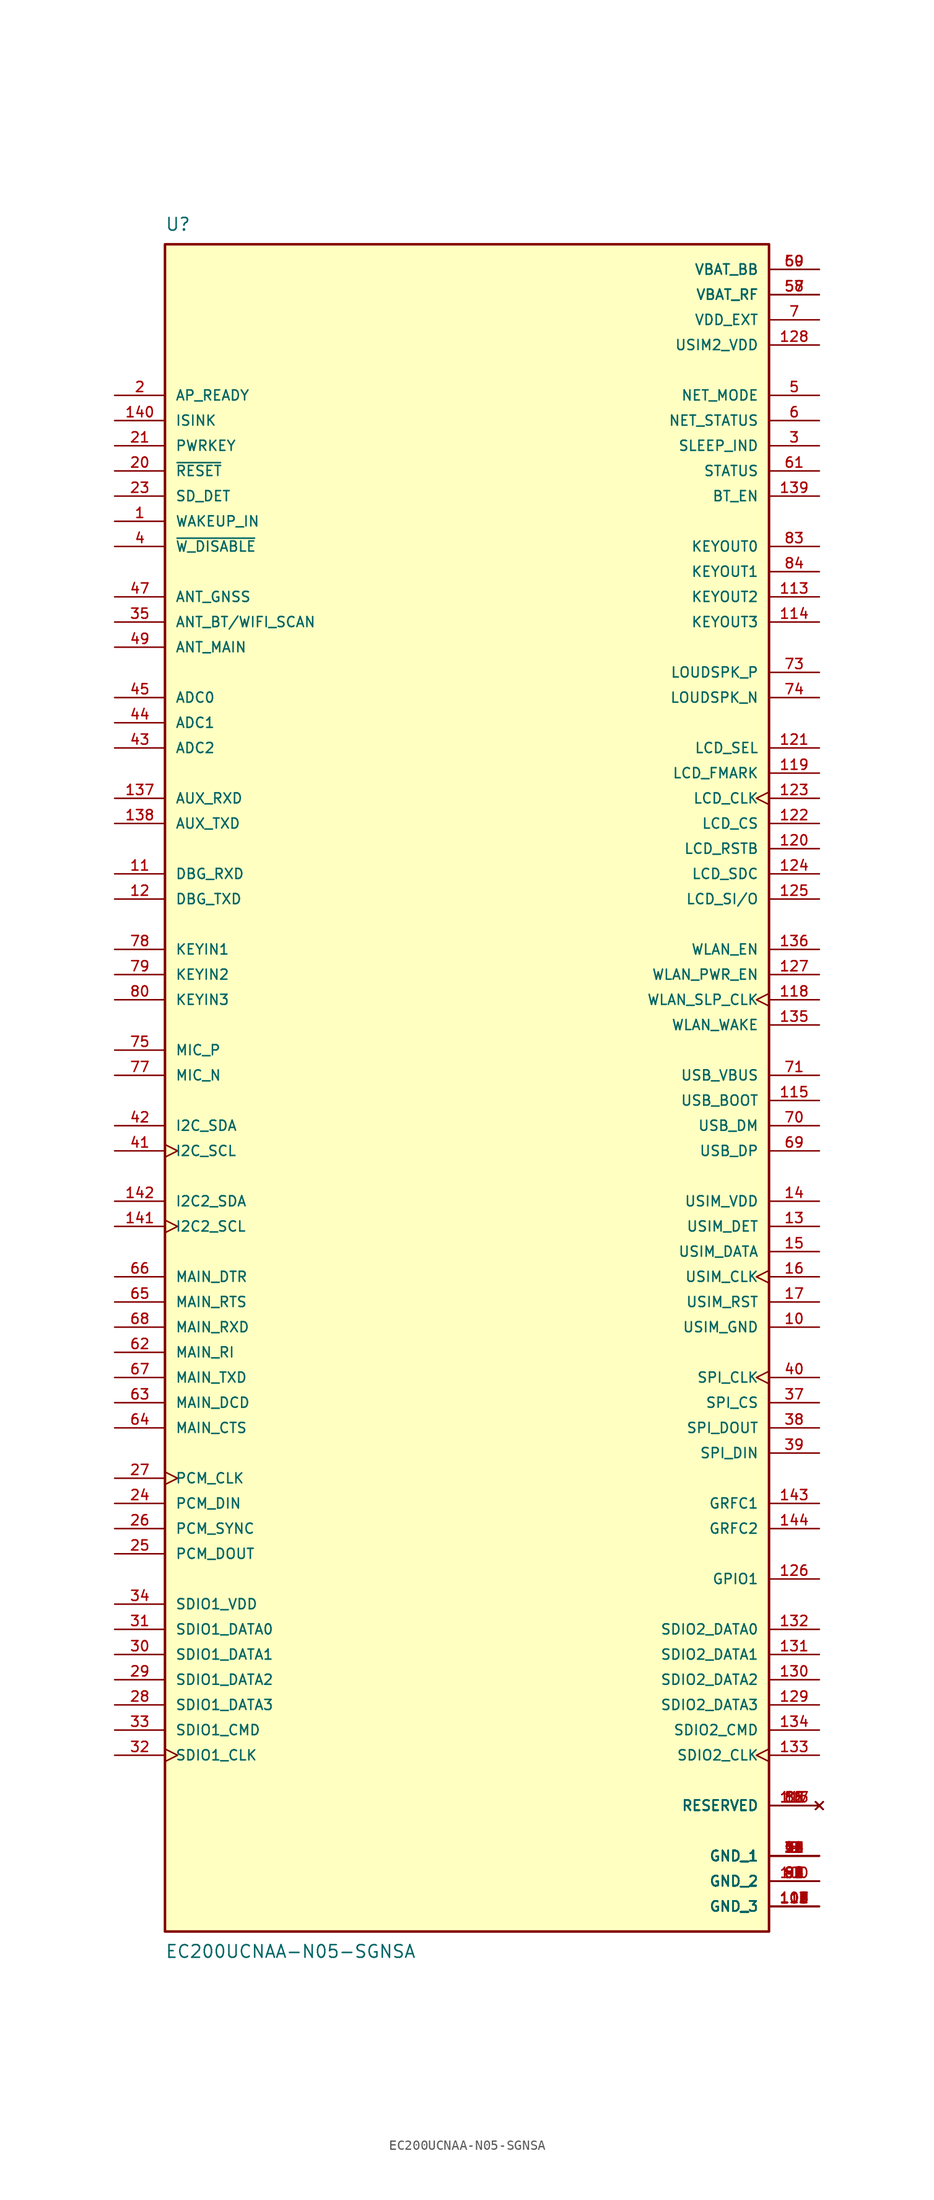
<source format=kicad_sym>
(kicad_symbol_lib
  (version 20211014)
  (generator kicad_symbol_editor)
  (symbol "EC200UCNAA-N05-SGNSA"
    (pin_names
      (offset 1.016))
    (property "Reference" "U"
      (at -30.48 87.63 0)
      (effects (font (size 1.27 1.27)) (justify bottom left)))
    (property "Value" "EC200UCNAA-N05-SGNSA"
      (at -30.48 -85.09 0)
      (effects (font (size 1.27 1.27)) (justify top left)))
    (symbol "EC200UCNAA-N05-SGNSA_0_0"
      (rectangle (start -30.48 -83.82) (end 30.48 86.36) (stroke (width 0.254)) (fill (type background)))
      (pin input line (at -35.56 63.5 0) (length 5.08) (name "~{RESET}" (effects (font (size 1.016 1.016)))) (number "20" (effects (font (size 1.016 1.016)))))
      (pin input line (at -35.56 55.88 0) (length 5.08) (name "~{W_DISABLE}" (effects (font (size 1.016 1.016)))) (number "4" (effects (font (size 1.016 1.016)))))
      (pin input line (at -35.56 40.64 0) (length 5.08) (name "ADC0" (effects (font (size 1.016 1.016)))) (number "45" (effects (font (size 1.016 1.016)))))
      (pin input line (at -35.56 38.1 0) (length 5.08) (name "ADC1" (effects (font (size 1.016 1.016)))) (number "44" (effects (font (size 1.016 1.016)))))
      (pin input line (at -35.56 35.56 0) (length 5.08) (name "ADC2" (effects (font (size 1.016 1.016)))) (number "43" (effects (font (size 1.016 1.016)))))
      (pin input line (at -35.56 50.8 0) (length 5.08) (name "ANT_GNSS" (effects (font (size 1.016 1.016)))) (number "47" (effects (font (size 1.016 1.016)))))
      (pin input line (at -35.56 71.12 0) (length 5.08) (name "AP_READY" (effects (font (size 1.016 1.016)))) (number "2" (effects (font (size 1.016 1.016)))))
      (pin input line (at -35.56 30.48 0) (length 5.08) (name "AUX_RXD" (effects (font (size 1.016 1.016)))) (number "137" (effects (font (size 1.016 1.016)))))
      (pin input line (at -35.56 22.86 0) (length 5.08) (name "DBG_RXD" (effects (font (size 1.016 1.016)))) (number "11" (effects (font (size 1.016 1.016)))))
      (pin input line (at -35.56 68.58 0) (length 5.08) (name "ISINK" (effects (font (size 1.016 1.016)))) (number "140" (effects (font (size 1.016 1.016)))))
      (pin input line (at -35.56 15.24 0) (length 5.08) (name "KEYIN1" (effects (font (size 1.016 1.016)))) (number "78" (effects (font (size 1.016 1.016)))))
      (pin input line (at -35.56 12.7 0) (length 5.08) (name "KEYIN2" (effects (font (size 1.016 1.016)))) (number "79" (effects (font (size 1.016 1.016)))))
      (pin input line (at -35.56 10.16 0) (length 5.08) (name "KEYIN3" (effects (font (size 1.016 1.016)))) (number "80" (effects (font (size 1.016 1.016)))))
      (pin input line (at 35.56 33.02 180.0) (length 5.08) (name "LCD_FMARK" (effects (font (size 1.016 1.016)))) (number "119" (effects (font (size 1.016 1.016)))))
      (pin input line (at 35.56 35.56 180.0) (length 5.08) (name "LCD_SEL" (effects (font (size 1.016 1.016)))) (number "121" (effects (font (size 1.016 1.016)))))
      (pin input line (at -35.56 -17.78 0) (length 5.08) (name "MAIN_DTR" (effects (font (size 1.016 1.016)))) (number "66" (effects (font (size 1.016 1.016)))))
      (pin input line (at -35.56 -20.32 0) (length 5.08) (name "MAIN_RTS" (effects (font (size 1.016 1.016)))) (number "65" (effects (font (size 1.016 1.016)))))
      (pin input line (at -35.56 -22.86 0) (length 5.08) (name "MAIN_RXD" (effects (font (size 1.016 1.016)))) (number "68" (effects (font (size 1.016 1.016)))))
      (pin input line (at -35.56 2.54 0) (length 5.08) (name "MIC_N" (effects (font (size 1.016 1.016)))) (number "77" (effects (font (size 1.016 1.016)))))
      (pin input line (at -35.56 5.08 0) (length 5.08) (name "MIC_P" (effects (font (size 1.016 1.016)))) (number "75" (effects (font (size 1.016 1.016)))))
      (pin input clock (at -35.56 -38.1 0) (length 5.08) (name "PCM_CLK" (effects (font (size 1.016 1.016)))) (number "27" (effects (font (size 1.016 1.016)))))
      (pin input line (at -35.56 -40.64 0) (length 5.08) (name "PCM_DIN" (effects (font (size 1.016 1.016)))) (number "24" (effects (font (size 1.016 1.016)))))
      (pin input line (at -35.56 -43.18 0) (length 5.08) (name "PCM_SYNC" (effects (font (size 1.016 1.016)))) (number "26" (effects (font (size 1.016 1.016)))))
      (pin input line (at -35.56 66.04 0) (length 5.08) (name "PWRKEY" (effects (font (size 1.016 1.016)))) (number "21" (effects (font (size 1.016 1.016)))))
      (pin input line (at -35.56 60.96 0) (length 5.08) (name "SD_DET" (effects (font (size 1.016 1.016)))) (number "23" (effects (font (size 1.016 1.016)))))
      (pin input line (at 35.56 -35.56 180.0) (length 5.08) (name "SPI_DIN" (effects (font (size 1.016 1.016)))) (number "39" (effects (font (size 1.016 1.016)))))
      (pin input line (at 35.56 0.0 180.0) (length 5.08) (name "USB_BOOT" (effects (font (size 1.016 1.016)))) (number "115" (effects (font (size 1.016 1.016)))))
      (pin input line (at 35.56 -12.7 180.0) (length 5.08) (name "USIM_DET" (effects (font (size 1.016 1.016)))) (number "13" (effects (font (size 1.016 1.016)))))
      (pin input line (at -35.56 58.42 0) (length 5.08) (name "WAKEUP_IN" (effects (font (size 1.016 1.016)))) (number "1" (effects (font (size 1.016 1.016)))))
      (pin input line (at 35.56 7.62 180.0) (length 5.08) (name "WLAN_WAKE" (effects (font (size 1.016 1.016)))) (number "135" (effects (font (size 1.016 1.016)))))
      (pin bidirectional line (at -35.56 48.26 0) (length 5.08) (name "ANT_BT/WIFI_SCAN" (effects (font (size 1.016 1.016)))) (number "35" (effects (font (size 1.016 1.016)))))
      (pin bidirectional line (at -35.56 45.72 0) (length 5.08) (name "ANT_MAIN" (effects (font (size 1.016 1.016)))) (number "49" (effects (font (size 1.016 1.016)))))
      (pin bidirectional line (at 35.56 -48.26 180.0) (length 5.08) (name "GPIO1" (effects (font (size 1.016 1.016)))) (number "126" (effects (font (size 1.016 1.016)))))
      (pin bidirectional line (at -35.56 -2.54 0) (length 5.08) (name "I2C_SDA" (effects (font (size 1.016 1.016)))) (number "42" (effects (font (size 1.016 1.016)))))
      (pin bidirectional line (at 35.56 20.32 180.0) (length 5.08) (name "LCD_SI/O" (effects (font (size 1.016 1.016)))) (number "125" (effects (font (size 1.016 1.016)))))
      (pin bidirectional line (at -35.56 -63.5 0) (length 5.08) (name "SDIO1_CMD" (effects (font (size 1.016 1.016)))) (number "33" (effects (font (size 1.016 1.016)))))
      (pin bidirectional line (at -35.56 -53.34 0) (length 5.08) (name "SDIO1_DATA0" (effects (font (size 1.016 1.016)))) (number "31" (effects (font (size 1.016 1.016)))))
      (pin bidirectional line (at -35.56 -55.88 0) (length 5.08) (name "SDIO1_DATA1" (effects (font (size 1.016 1.016)))) (number "30" (effects (font (size 1.016 1.016)))))
      (pin bidirectional line (at -35.56 -58.42 0) (length 5.08) (name "SDIO1_DATA2" (effects (font (size 1.016 1.016)))) (number "29" (effects (font (size 1.016 1.016)))))
      (pin no_connect line (at 35.56 -71.12 180.0) (length 5.08) (name "RESERVED" (effects (font (size 1.016 1.016)))) (number "18" (effects (font (size 1.016 1.016)))))
      (pin no_connect line (at 35.56 -71.12 180.0) (length 5.08) (name "RESERVED" (effects (font (size 1.016 1.016)))) (number "55" (effects (font (size 1.016 1.016)))))
      (pin no_connect line (at 35.56 -71.12 180.0) (length 5.08) (name "RESERVED" (effects (font (size 1.016 1.016)))) (number "81" (effects (font (size 1.016 1.016)))))
      (pin no_connect line (at 35.56 -71.12 180.0) (length 5.08) (name "RESERVED" (effects (font (size 1.016 1.016)))) (number "82" (effects (font (size 1.016 1.016)))))
      (pin no_connect line (at 35.56 -71.12 180.0) (length 5.08) (name "RESERVED" (effects (font (size 1.016 1.016)))) (number "116" (effects (font (size 1.016 1.016)))))
      (pin no_connect line (at 35.56 -71.12 180.0) (length 5.08) (name "RESERVED" (effects (font (size 1.016 1.016)))) (number "117" (effects (font (size 1.016 1.016)))))
      (pin output line (at -35.56 27.94 0) (length 5.08) (name "AUX_TXD" (effects (font (size 1.016 1.016)))) (number "138" (effects (font (size 1.016 1.016)))))
      (pin output line (at 35.56 60.96 180.0) (length 5.08) (name "BT_EN" (effects (font (size 1.016 1.016)))) (number "139" (effects (font (size 1.016 1.016)))))
      (pin output line (at -35.56 20.32 0) (length 5.08) (name "DBG_TXD" (effects (font (size 1.016 1.016)))) (number "12" (effects (font (size 1.016 1.016)))))
      (pin output line (at 35.56 -40.64 180.0) (length 5.08) (name "GRFC1" (effects (font (size 1.016 1.016)))) (number "143" (effects (font (size 1.016 1.016)))))
      (pin output line (at 35.56 -43.18 180.0) (length 5.08) (name "GRFC2" (effects (font (size 1.016 1.016)))) (number "144" (effects (font (size 1.016 1.016)))))
      (pin output clock (at -35.56 -5.08 0) (length 5.08) (name "I2C_SCL" (effects (font (size 1.016 1.016)))) (number "41" (effects (font (size 1.016 1.016)))))
      (pin output clock (at -35.56 -12.7 0) (length 5.08) (name "I2C2_SCL" (effects (font (size 1.016 1.016)))) (number "141" (effects (font (size 1.016 1.016)))))
      (pin bidirectional line (at -35.56 -10.16 0) (length 5.08) (name "I2C2_SDA" (effects (font (size 1.016 1.016)))) (number "142" (effects (font (size 1.016 1.016)))))
      (pin output line (at 35.56 55.88 180.0) (length 5.08) (name "KEYOUT0" (effects (font (size 1.016 1.016)))) (number "83" (effects (font (size 1.016 1.016)))))
      (pin output line (at 35.56 53.34 180.0) (length 5.08) (name "KEYOUT1" (effects (font (size 1.016 1.016)))) (number "84" (effects (font (size 1.016 1.016)))))
      (pin output line (at 35.56 50.8 180.0) (length 5.08) (name "KEYOUT2" (effects (font (size 1.016 1.016)))) (number "113" (effects (font (size 1.016 1.016)))))
      (pin output line (at 35.56 48.26 180.0) (length 5.08) (name "KEYOUT3" (effects (font (size 1.016 1.016)))) (number "114" (effects (font (size 1.016 1.016)))))
      (pin output clock (at 35.56 30.48 180.0) (length 5.08) (name "LCD_CLK" (effects (font (size 1.016 1.016)))) (number "123" (effects (font (size 1.016 1.016)))))
      (pin output line (at 35.56 27.94 180.0) (length 5.08) (name "LCD_CS" (effects (font (size 1.016 1.016)))) (number "122" (effects (font (size 1.016 1.016)))))
      (pin output line (at 35.56 25.4 180.0) (length 5.08) (name "LCD_RSTB" (effects (font (size 1.016 1.016)))) (number "120" (effects (font (size 1.016 1.016)))))
      (pin output line (at 35.56 22.86 180.0) (length 5.08) (name "LCD_SDC" (effects (font (size 1.016 1.016)))) (number "124" (effects (font (size 1.016 1.016)))))
      (pin output line (at 35.56 40.64 180.0) (length 5.08) (name "LOUDSPK_N" (effects (font (size 1.016 1.016)))) (number "74" (effects (font (size 1.016 1.016)))))
      (pin output line (at 35.56 43.18 180.0) (length 5.08) (name "LOUDSPK_P" (effects (font (size 1.016 1.016)))) (number "73" (effects (font (size 1.016 1.016)))))
      (pin output line (at -35.56 -33.02 0) (length 5.08) (name "MAIN_CTS" (effects (font (size 1.016 1.016)))) (number "64" (effects (font (size 1.016 1.016)))))
      (pin output line (at -35.56 -30.48 0) (length 5.08) (name "MAIN_DCD" (effects (font (size 1.016 1.016)))) (number "63" (effects (font (size 1.016 1.016)))))
      (pin output line (at -35.56 -25.4 0) (length 5.08) (name "MAIN_RI" (effects (font (size 1.016 1.016)))) (number "62" (effects (font (size 1.016 1.016)))))
      (pin output line (at -35.56 -27.94 0) (length 5.08) (name "MAIN_TXD" (effects (font (size 1.016 1.016)))) (number "67" (effects (font (size 1.016 1.016)))))
      (pin output line (at 35.56 71.12 180.0) (length 5.08) (name "NET_MODE" (effects (font (size 1.016 1.016)))) (number "5" (effects (font (size 1.016 1.016)))))
      (pin output line (at 35.56 68.58 180.0) (length 5.08) (name "NET_STATUS" (effects (font (size 1.016 1.016)))) (number "6" (effects (font (size 1.016 1.016)))))
      (pin output line (at -35.56 -45.72 0) (length 5.08) (name "PCM_DOUT" (effects (font (size 1.016 1.016)))) (number "25" (effects (font (size 1.016 1.016)))))
      (pin output clock (at -35.56 -66.04 0) (length 5.08) (name "SDIO1_CLK" (effects (font (size 1.016 1.016)))) (number "32" (effects (font (size 1.016 1.016)))))
      (pin output clock (at 35.56 -66.04 180.0) (length 5.08) (name "SDIO2_CLK" (effects (font (size 1.016 1.016)))) (number "133" (effects (font (size 1.016 1.016)))))
      (pin output line (at 35.56 -63.5 180.0) (length 5.08) (name "SDIO2_CMD" (effects (font (size 1.016 1.016)))) (number "134" (effects (font (size 1.016 1.016)))))
      (pin output line (at 35.56 66.04 180.0) (length 5.08) (name "SLEEP_IND" (effects (font (size 1.016 1.016)))) (number "3" (effects (font (size 1.016 1.016)))))
      (pin output clock (at 35.56 -27.94 180.0) (length 5.08) (name "SPI_CLK" (effects (font (size 1.016 1.016)))) (number "40" (effects (font (size 1.016 1.016)))))
      (pin output line (at 35.56 -30.48 180.0) (length 5.08) (name "SPI_CS" (effects (font (size 1.016 1.016)))) (number "37" (effects (font (size 1.016 1.016)))))
      (pin output line (at 35.56 -33.02 180.0) (length 5.08) (name "SPI_DOUT" (effects (font (size 1.016 1.016)))) (number "38" (effects (font (size 1.016 1.016)))))
      (pin output line (at 35.56 63.5 180.0) (length 5.08) (name "STATUS" (effects (font (size 1.016 1.016)))) (number "61" (effects (font (size 1.016 1.016)))))
      (pin output clock (at 35.56 -17.78 180.0) (length 5.08) (name "USIM_CLK" (effects (font (size 1.016 1.016)))) (number "16" (effects (font (size 1.016 1.016)))))
      (pin output line (at 35.56 -20.32 180.0) (length 5.08) (name "USIM_RST" (effects (font (size 1.016 1.016)))) (number "17" (effects (font (size 1.016 1.016)))))
      (pin output line (at 35.56 15.24 180.0) (length 5.08) (name "WLAN_EN" (effects (font (size 1.016 1.016)))) (number "136" (effects (font (size 1.016 1.016)))))
      (pin output line (at 35.56 12.7 180.0) (length 5.08) (name "WLAN_PWR_EN" (effects (font (size 1.016 1.016)))) (number "127" (effects (font (size 1.016 1.016)))))
      (pin output clock (at 35.56 10.16 180.0) (length 5.08) (name "WLAN_SLP_CLK" (effects (font (size 1.016 1.016)))) (number "118" (effects (font (size 1.016 1.016)))))
      (pin bidirectional line (at -35.56 -60.96 0) (length 5.08) (name "SDIO1_DATA3" (effects (font (size 1.016 1.016)))) (number "28" (effects (font (size 1.016 1.016)))))
      (pin bidirectional line (at 35.56 -53.34 180.0) (length 5.08) (name "SDIO2_DATA0" (effects (font (size 1.016 1.016)))) (number "132" (effects (font (size 1.016 1.016)))))
      (pin bidirectional line (at 35.56 -55.88 180.0) (length 5.08) (name "SDIO2_DATA1" (effects (font (size 1.016 1.016)))) (number "131" (effects (font (size 1.016 1.016)))))
      (pin bidirectional line (at 35.56 -58.42 180.0) (length 5.08) (name "SDIO2_DATA2" (effects (font (size 1.016 1.016)))) (number "130" (effects (font (size 1.016 1.016)))))
      (pin bidirectional line (at 35.56 -60.96 180.0) (length 5.08) (name "SDIO2_DATA3" (effects (font (size 1.016 1.016)))) (number "129" (effects (font (size 1.016 1.016)))))
      (pin bidirectional line (at 35.56 -2.54 180.0) (length 5.08) (name "USB_DM" (effects (font (size 1.016 1.016)))) (number "70" (effects (font (size 1.016 1.016)))))
      (pin bidirectional line (at 35.56 -5.08 180.0) (length 5.08) (name "USB_DP" (effects (font (size 1.016 1.016)))) (number "69" (effects (font (size 1.016 1.016)))))
      (pin bidirectional line (at 35.56 -15.24 180.0) (length 5.08) (name "USIM_DATA" (effects (font (size 1.016 1.016)))) (number "15" (effects (font (size 1.016 1.016)))))
      (pin power_in line (at -35.56 -50.8 0) (length 5.08) (name "SDIO1_VDD" (effects (font (size 1.016 1.016)))) (number "34" (effects (font (size 1.016 1.016)))))
      (pin power_in line (at 35.56 2.54 180.0) (length 5.08) (name "USB_VBUS" (effects (font (size 1.016 1.016)))) (number "71" (effects (font (size 1.016 1.016)))))
      (pin power_in line (at 35.56 -10.16 180.0) (length 5.08) (name "USIM_VDD" (effects (font (size 1.016 1.016)))) (number "14" (effects (font (size 1.016 1.016)))))
      (pin power_in line (at 35.56 76.2 180.0) (length 5.08) (name "USIM2_VDD" (effects (font (size 1.016 1.016)))) (number "128" (effects (font (size 1.016 1.016)))))
      (pin power_in line (at 35.56 83.82 180.0) (length 5.08) (name "VBAT_BB" (effects (font (size 1.016 1.016)))) (number "59" (effects (font (size 1.016 1.016)))))
      (pin power_in line (at 35.56 83.82 180.0) (length 5.08) (name "VBAT_BB" (effects (font (size 1.016 1.016)))) (number "60" (effects (font (size 1.016 1.016)))))
      (pin power_in line (at 35.56 81.28 180.0) (length 5.08) (name "VBAT_RF" (effects (font (size 1.016 1.016)))) (number "57" (effects (font (size 1.016 1.016)))))
      (pin power_in line (at 35.56 81.28 180.0) (length 5.08) (name "VBAT_RF" (effects (font (size 1.016 1.016)))) (number "58" (effects (font (size 1.016 1.016)))))
      (pin power_in line (at 35.56 78.74 180.0) (length 5.08) (name "VDD_EXT" (effects (font (size 1.016 1.016)))) (number "7" (effects (font (size 1.016 1.016)))))
      (pin power_in line (at 35.56 -81.28 180.0) (length 5.08) (name "GND_3" (effects (font (size 1.016 1.016)))) (number "101" (effects (font (size 1.016 1.016)))))
      (pin power_in line (at 35.56 -81.28 180.0) (length 5.08) (name "GND_3" (effects (font (size 1.016 1.016)))) (number "102" (effects (font (size 1.016 1.016)))))
      (pin power_in line (at 35.56 -81.28 180.0) (length 5.08) (name "GND_3" (effects (font (size 1.016 1.016)))) (number "103" (effects (font (size 1.016 1.016)))))
      (pin power_in line (at 35.56 -81.28 180.0) (length 5.08) (name "GND_3" (effects (font (size 1.016 1.016)))) (number "104" (effects (font (size 1.016 1.016)))))
      (pin power_in line (at 35.56 -81.28 180.0) (length 5.08) (name "GND_3" (effects (font (size 1.016 1.016)))) (number "105" (effects (font (size 1.016 1.016)))))
      (pin power_in line (at 35.56 -81.28 180.0) (length 5.08) (name "GND_3" (effects (font (size 1.016 1.016)))) (number "106" (effects (font (size 1.016 1.016)))))
      (pin power_in line (at 35.56 -81.28 180.0) (length 5.08) (name "GND_3" (effects (font (size 1.016 1.016)))) (number "107" (effects (font (size 1.016 1.016)))))
      (pin power_in line (at 35.56 -81.28 180.0) (length 5.08) (name "GND_3" (effects (font (size 1.016 1.016)))) (number "108" (effects (font (size 1.016 1.016)))))
      (pin power_in line (at 35.56 -81.28 180.0) (length 5.08) (name "GND_3" (effects (font (size 1.016 1.016)))) (number "109" (effects (font (size 1.016 1.016)))))
      (pin power_in line (at 35.56 -81.28 180.0) (length 5.08) (name "GND_3" (effects (font (size 1.016 1.016)))) (number "110" (effects (font (size 1.016 1.016)))))
      (pin power_in line (at 35.56 -81.28 180.0) (length 5.08) (name "GND_3" (effects (font (size 1.016 1.016)))) (number "111" (effects (font (size 1.016 1.016)))))
      (pin power_in line (at 35.56 -81.28 180.0) (length 5.08) (name "GND_3" (effects (font (size 1.016 1.016)))) (number "112" (effects (font (size 1.016 1.016)))))
      (pin power_in line (at 35.56 -22.86 180.0) (length 5.08) (name "USIM_GND" (effects (font (size 1.016 1.016)))) (number "10" (effects (font (size 1.016 1.016)))))
      (pin power_in line (at 35.56 -76.2 180.0) (length 5.08) (name "GND_1" (effects (font (size 1.016 1.016)))) (number "8" (effects (font (size 1.016 1.016)))))
      (pin power_in line (at 35.56 -76.2 180.0) (length 5.08) (name "GND_1" (effects (font (size 1.016 1.016)))) (number "9" (effects (font (size 1.016 1.016)))))
      (pin power_in line (at 35.56 -76.2 180.0) (length 5.08) (name "GND_1" (effects (font (size 1.016 1.016)))) (number "19" (effects (font (size 1.016 1.016)))))
      (pin power_in line (at 35.56 -76.2 180.0) (length 5.08) (name "GND_1" (effects (font (size 1.016 1.016)))) (number "22" (effects (font (size 1.016 1.016)))))
      (pin power_in line (at 35.56 -76.2 180.0) (length 5.08) (name "GND_1" (effects (font (size 1.016 1.016)))) (number "36" (effects (font (size 1.016 1.016)))))
      (pin power_in line (at 35.56 -76.2 180.0) (length 5.08) (name "GND_1" (effects (font (size 1.016 1.016)))) (number "46" (effects (font (size 1.016 1.016)))))
      (pin power_in line (at 35.56 -76.2 180.0) (length 5.08) (name "GND_1" (effects (font (size 1.016 1.016)))) (number "48" (effects (font (size 1.016 1.016)))))
      (pin power_in line (at 35.56 -76.2 180.0) (length 5.08) (name "GND_1" (effects (font (size 1.016 1.016)))) (number "50" (effects (font (size 1.016 1.016)))))
      (pin power_in line (at 35.56 -76.2 180.0) (length 5.08) (name "GND_1" (effects (font (size 1.016 1.016)))) (number "51" (effects (font (size 1.016 1.016)))))
      (pin power_in line (at 35.56 -76.2 180.0) (length 5.08) (name "GND_1" (effects (font (size 1.016 1.016)))) (number "52" (effects (font (size 1.016 1.016)))))
      (pin power_in line (at 35.56 -76.2 180.0) (length 5.08) (name "GND_1" (effects (font (size 1.016 1.016)))) (number "53" (effects (font (size 1.016 1.016)))))
      (pin power_in line (at 35.56 -76.2 180.0) (length 5.08) (name "GND_1" (effects (font (size 1.016 1.016)))) (number "54" (effects (font (size 1.016 1.016)))))
      (pin power_in line (at 35.56 -76.2 180.0) (length 5.08) (name "GND_1" (effects (font (size 1.016 1.016)))) (number "56" (effects (font (size 1.016 1.016)))))
      (pin power_in line (at 35.56 -76.2 180.0) (length 5.08) (name "GND_1" (effects (font (size 1.016 1.016)))) (number "72" (effects (font (size 1.016 1.016)))))
      (pin power_in line (at 35.56 -76.2 180.0) (length 5.08) (name "GND_1" (effects (font (size 1.016 1.016)))) (number "76" (effects (font (size 1.016 1.016)))))
      (pin power_in line (at 35.56 -78.74 180.0) (length 5.08) (name "GND_2" (effects (font (size 1.016 1.016)))) (number "85" (effects (font (size 1.016 1.016)))))
      (pin power_in line (at 35.56 -78.74 180.0) (length 5.08) (name "GND_2" (effects (font (size 1.016 1.016)))) (number "86" (effects (font (size 1.016 1.016)))))
      (pin power_in line (at 35.56 -78.74 180.0) (length 5.08) (name "GND_2" (effects (font (size 1.016 1.016)))) (number "87" (effects (font (size 1.016 1.016)))))
      (pin power_in line (at 35.56 -78.74 180.0) (length 5.08) (name "GND_2" (effects (font (size 1.016 1.016)))) (number "88" (effects (font (size 1.016 1.016)))))
      (pin power_in line (at 35.56 -78.74 180.0) (length 5.08) (name "GND_2" (effects (font (size 1.016 1.016)))) (number "89" (effects (font (size 1.016 1.016)))))
      (pin power_in line (at 35.56 -78.74 180.0) (length 5.08) (name "GND_2" (effects (font (size 1.016 1.016)))) (number "90" (effects (font (size 1.016 1.016)))))
      (pin power_in line (at 35.56 -78.74 180.0) (length 5.08) (name "GND_2" (effects (font (size 1.016 1.016)))) (number "91" (effects (font (size 1.016 1.016)))))
      (pin power_in line (at 35.56 -78.74 180.0) (length 5.08) (name "GND_2" (effects (font (size 1.016 1.016)))) (number "92" (effects (font (size 1.016 1.016)))))
      (pin power_in line (at 35.56 -78.74 180.0) (length 5.08) (name "GND_2" (effects (font (size 1.016 1.016)))) (number "93" (effects (font (size 1.016 1.016)))))
      (pin power_in line (at 35.56 -78.74 180.0) (length 5.08) (name "GND_2" (effects (font (size 1.016 1.016)))) (number "94" (effects (font (size 1.016 1.016)))))
      (pin power_in line (at 35.56 -78.74 180.0) (length 5.08) (name "GND_2" (effects (font (size 1.016 1.016)))) (number "95" (effects (font (size 1.016 1.016)))))
      (pin power_in line (at 35.56 -78.74 180.0) (length 5.08) (name "GND_2" (effects (font (size 1.016 1.016)))) (number "96" (effects (font (size 1.016 1.016)))))
      (pin power_in line (at 35.56 -78.74 180.0) (length 5.08) (name "GND_2" (effects (font (size 1.016 1.016)))) (number "97" (effects (font (size 1.016 1.016)))))
      (pin power_in line (at 35.56 -78.74 180.0) (length 5.08) (name "GND_2" (effects (font (size 1.016 1.016)))) (number "98" (effects (font (size 1.016 1.016)))))
      (pin power_in line (at 35.56 -78.74 180.0) (length 5.08) (name "GND_2" (effects (font (size 1.016 1.016)))) (number "99" (effects (font (size 1.016 1.016)))))
      (pin power_in line (at 35.56 -78.74 180.0) (length 5.08) (name "GND_2" (effects (font (size 1.016 1.016)))) (number "100" (effects (font (size 1.016 1.016))))))))
</source>
